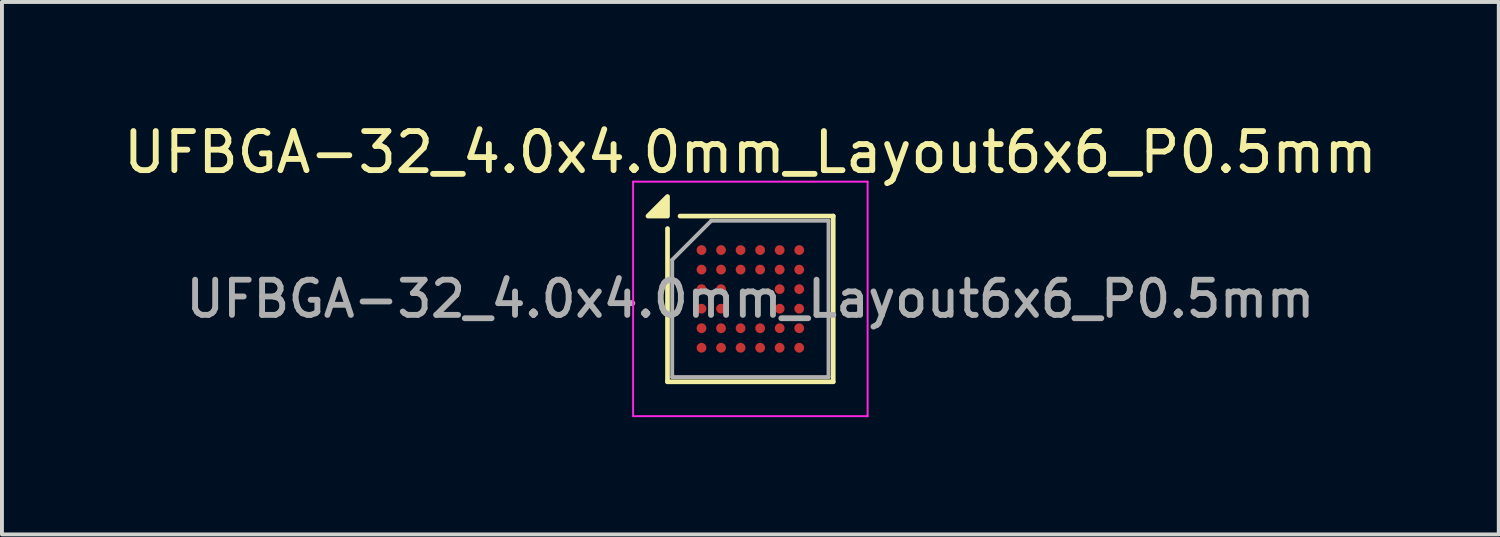
<source format=kicad_pcb>
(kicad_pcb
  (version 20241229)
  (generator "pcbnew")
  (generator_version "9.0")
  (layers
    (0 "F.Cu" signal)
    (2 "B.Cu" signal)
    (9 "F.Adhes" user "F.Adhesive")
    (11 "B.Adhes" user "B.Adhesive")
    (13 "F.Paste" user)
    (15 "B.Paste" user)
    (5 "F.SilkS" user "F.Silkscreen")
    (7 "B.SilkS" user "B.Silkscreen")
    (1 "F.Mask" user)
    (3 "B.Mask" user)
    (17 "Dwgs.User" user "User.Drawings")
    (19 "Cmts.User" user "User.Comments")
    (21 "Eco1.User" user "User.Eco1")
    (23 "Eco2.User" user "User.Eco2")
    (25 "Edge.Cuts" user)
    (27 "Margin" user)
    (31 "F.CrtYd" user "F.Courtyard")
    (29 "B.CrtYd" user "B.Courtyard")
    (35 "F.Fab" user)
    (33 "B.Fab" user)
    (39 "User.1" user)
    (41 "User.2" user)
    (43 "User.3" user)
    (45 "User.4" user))
  (footprint "UFBGA-32_4.0x4.0mm_Layout6x6_P0.5mm"
    (layer "F.Cu")
    (at 16.149 4.598)
    (property "Reference" "UFBGA-32_4.0x4.0mm_Layout6x6_P0.5mm" (at 0 -3.75 0) (layer "F.SilkS") (effects (font (size 1 1) (thickness 0.15))))
    (attr smd)
    (fp_line (start -2.12 -1.8) (end -2.12 2.12) (stroke (width 0.12) (type solid)) (layer "F.SilkS"))
    (fp_line (start -2.12 2.12) (end 2.12 2.12) (stroke (width 0.12) (type solid)) (layer "F.SilkS"))
    (fp_line (start 2.12 -2.12) (end -1.8 -2.12) (stroke (width 0.12) (type solid)) (layer "F.SilkS"))
    (fp_line (start 2.12 2.12) (end 2.12 -2.12) (stroke (width 0.12) (type solid)) (layer "F.SilkS"))
    (fp_poly (pts (xy -2.12 -2.12) (xy -2.62 -2.12) (xy -2.12 -2.62) (xy -2.12 -2.12)) (stroke (width 0.12) (type solid)) (fill yes) (layer "F.SilkS"))
    (fp_line (start -3 -3) (end -3 3) (stroke (width 0.05) (type solid)) (layer "F.CrtYd"))
    (fp_line (start -3 -3) (end 3 -3) (stroke (width 0.05) (type solid)) (layer "F.CrtYd"))
    (fp_line (start 3 3) (end -3 3) (stroke (width 0.05) (type solid)) (layer "F.CrtYd"))
    (fp_line (start 3 3) (end 3 -3) (stroke (width 0.05) (type solid)) (layer "F.CrtYd"))
    (fp_line (start -2 -1) (end -2 2) (stroke (width 0.1) (type solid)) (layer "F.Fab"))
    (fp_line (start -2 2) (end 2 2) (stroke (width 0.1) (type solid)) (layer "F.Fab"))
    (fp_line (start -1 -2) (end -2 -1) (stroke (width 0.1) (type solid)) (layer "F.Fab"))
    (fp_line (start 2 -2) (end -1 -2) (stroke (width 0.1) (type solid)) (layer "F.Fab"))
    (fp_line (start 2 2) (end 2 -2) (stroke (width 0.1) (type solid)) (layer "F.Fab"))
    (fp_text user "${REFERENCE}" (at 0 0 0) (layer "F.Fab") (effects (font (size 0.9 0.9) (thickness 0.15))))
    (pad "A1" smd circle (at -1.25 -1.25) (size 0.25 0.25) (property pad_prop_bga) (layers "F.Cu" "F.Mask" "F.Paste"))
    (pad "A2" smd circle (at -0.75 -1.25) (size 0.25 0.25) (property pad_prop_bga) (layers "F.Cu" "F.Mask" "F.Paste"))
    (pad "A3" smd circle (at -0.25 -1.25) (size 0.25 0.25) (property pad_prop_bga) (layers "F.Cu" "F.Mask" "F.Paste"))
    (pad "A4" smd circle (at 0.25 -1.25) (size 0.25 0.25) (property pad_prop_bga) (layers "F.Cu" "F.Mask" "F.Paste"))
    (pad "A5" smd circle (at 0.75 -1.25) (size 0.25 0.25) (property pad_prop_bga) (layers "F.Cu" "F.Mask" "F.Paste"))
    (pad "A6" smd circle (at 1.25 -1.25) (size 0.25 0.25) (property pad_prop_bga) (layers "F.Cu" "F.Mask" "F.Paste"))
    (pad "B1" smd circle (at -1.25 -0.75) (size 0.25 0.25) (property pad_prop_bga) (layers "F.Cu" "F.Mask" "F.Paste"))
    (pad "B2" smd circle (at -0.75 -0.75) (size 0.25 0.25) (property pad_prop_bga) (layers "F.Cu" "F.Mask" "F.Paste"))
    (pad "B3" smd circle (at -0.25 -0.75) (size 0.25 0.25) (property pad_prop_bga) (layers "F.Cu" "F.Mask" "F.Paste"))
    (pad "B4" smd circle (at 0.25 -0.75) (size 0.25 0.25) (property pad_prop_bga) (layers "F.Cu" "F.Mask" "F.Paste"))
    (pad "B5" smd circle (at 0.75 -0.75) (size 0.25 0.25) (property pad_prop_bga) (layers "F.Cu" "F.Mask" "F.Paste"))
    (pad "B6" smd circle (at 1.25 -0.75) (size 0.25 0.25) (property pad_prop_bga) (layers "F.Cu" "F.Mask" "F.Paste"))
    (pad "C1" smd circle (at -1.25 -0.25) (size 0.25 0.25) (property pad_prop_bga) (layers "F.Cu" "F.Mask" "F.Paste"))
    (pad "C2" smd circle (at -0.75 -0.25) (size 0.25 0.25) (property pad_prop_bga) (layers "F.Cu" "F.Mask" "F.Paste"))
    (pad "C5" smd circle (at 0.75 -0.25) (size 0.25 0.25) (property pad_prop_bga) (layers "F.Cu" "F.Mask" "F.Paste"))
    (pad "C6" smd circle (at 1.25 -0.25) (size 0.25 0.25) (property pad_prop_bga) (layers "F.Cu" "F.Mask" "F.Paste"))
    (pad "D1" smd circle (at -1.25 0.25) (size 0.25 0.25) (property pad_prop_bga) (layers "F.Cu" "F.Mask" "F.Paste"))
    (pad "D2" smd circle (at -0.75 0.25) (size 0.25 0.25) (property pad_prop_bga) (layers "F.Cu" "F.Mask" "F.Paste"))
    (pad "D5" smd circle (at 0.75 0.25) (size 0.25 0.25) (property pad_prop_bga) (layers "F.Cu" "F.Mask" "F.Paste"))
    (pad "D6" smd circle (at 1.25 0.25) (size 0.25 0.25) (property pad_prop_bga) (layers "F.Cu" "F.Mask" "F.Paste"))
    (pad "E1" smd circle (at -1.25 0.75) (size 0.25 0.25) (property pad_prop_bga) (layers "F.Cu" "F.Mask" "F.Paste"))
    (pad "E2" smd circle (at -0.75 0.75) (size 0.25 0.25) (property pad_prop_bga) (layers "F.Cu" "F.Mask" "F.Paste"))
    (pad "E3" smd circle (at -0.25 0.75) (size 0.25 0.25) (property pad_prop_bga) (layers "F.Cu" "F.Mask" "F.Paste"))
    (pad "E4" smd circle (at 0.25 0.75) (size 0.25 0.25) (property pad_prop_bga) (layers "F.Cu" "F.Mask" "F.Paste"))
    (pad "E5" smd circle (at 0.75 0.75) (size 0.25 0.25) (property pad_prop_bga) (layers "F.Cu" "F.Mask" "F.Paste"))
    (pad "E6" smd circle (at 1.25 0.75) (size 0.25 0.25) (property pad_prop_bga) (layers "F.Cu" "F.Mask" "F.Paste"))
    (pad "F1" smd circle (at -1.25 1.25) (size 0.25 0.25) (property pad_prop_bga) (layers "F.Cu" "F.Mask" "F.Paste"))
    (pad "F2" smd circle (at -0.75 1.25) (size 0.25 0.25) (property pad_prop_bga) (layers "F.Cu" "F.Mask" "F.Paste"))
    (pad "F3" smd circle (at -0.25 1.25) (size 0.25 0.25) (property pad_prop_bga) (layers "F.Cu" "F.Mask" "F.Paste"))
    (pad "F4" smd circle (at 0.25 1.25) (size 0.25 0.25) (property pad_prop_bga) (layers "F.Cu" "F.Mask" "F.Paste"))
    (pad "F5" smd circle (at 0.75 1.25) (size 0.25 0.25) (property pad_prop_bga) (layers "F.Cu" "F.Mask" "F.Paste"))
    (pad "F6" smd circle (at 1.25 1.25) (size 0.25 0.25) (property pad_prop_bga) (layers "F.Cu" "F.Mask" "F.Paste")))
  (gr_rect
    (start -3 -3)
    (end 35.298 10.623)
    (stroke (width 0.1) (type default))
    (fill no)
    (layer "Edge.Cuts")))
</source>
